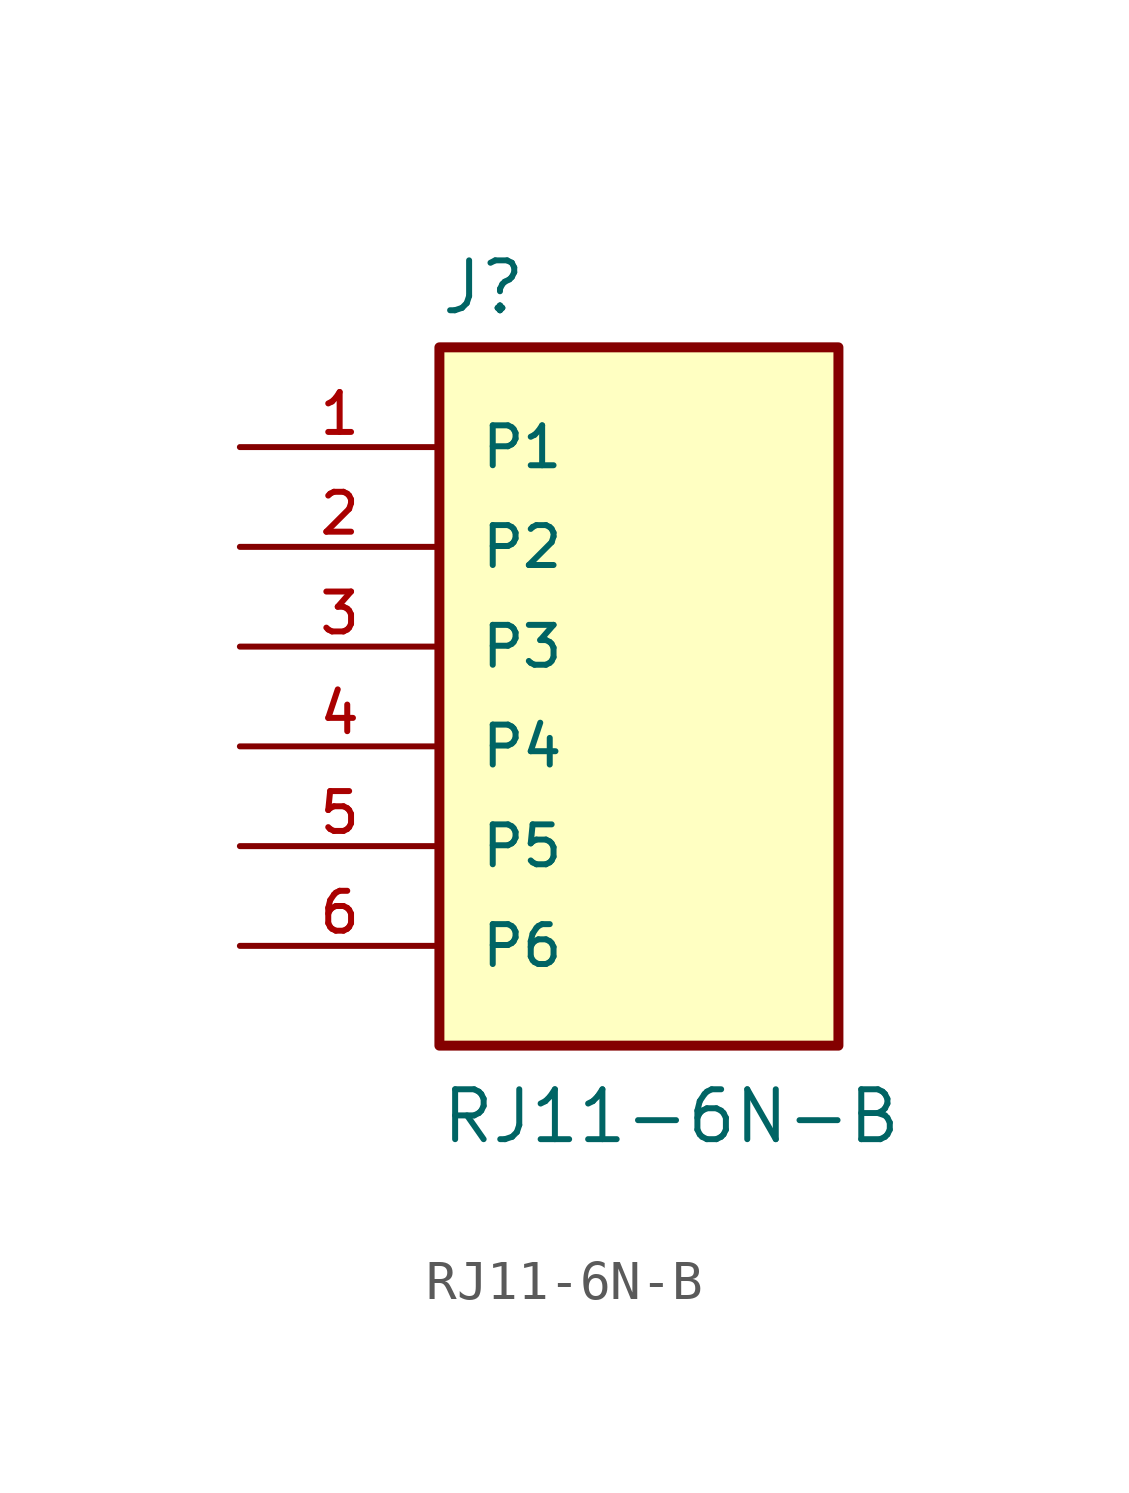
<source format=kicad_sym>
(kicad_symbol_lib
  (version 20211014)
  (generator kicad_symbol_editor)
  (symbol "RJ11-6N-B"
    (pin_names
      (offset 1.016))
    (property "Reference" "J"
      (at -5.089 10.941 0)
      (effects (font (size 1.27 1.27)) (justify bottom left)))
    (property "Value" "RJ11-6N-B"
      (at -5.082 -10.165 0)
      (effects (font (size 1.27 1.27)) (justify bottom left)))
    (symbol "RJ11-6N-B_0_0"
      (rectangle (start -5.08 -7.62) (end 5.08 10.16) (stroke (width 0.254)) (fill (type background)))
      (pin passive line (at -10.16 7.62 0) (length 5.08) (name "P1" (effects (font (size 1.016 1.016)))) (number "1" (effects (font (size 1.016 1.016)))))
      (pin passive line (at -10.16 5.08 0) (length 5.08) (name "P2" (effects (font (size 1.016 1.016)))) (number "2" (effects (font (size 1.016 1.016)))))
      (pin passive line (at -10.16 2.54 0) (length 5.08) (name "P3" (effects (font (size 1.016 1.016)))) (number "3" (effects (font (size 1.016 1.016)))))
      (pin passive line (at -10.16 0.0 0) (length 5.08) (name "P4" (effects (font (size 1.016 1.016)))) (number "4" (effects (font (size 1.016 1.016)))))
      (pin passive line (at -10.16 -2.54 0) (length 5.08) (name "P5" (effects (font (size 1.016 1.016)))) (number "5" (effects (font (size 1.016 1.016)))))
      (pin passive line (at -10.16 -5.08 0) (length 5.08) (name "P6" (effects (font (size 1.016 1.016)))) (number "6" (effects (font (size 1.016 1.016))))))))
</source>
